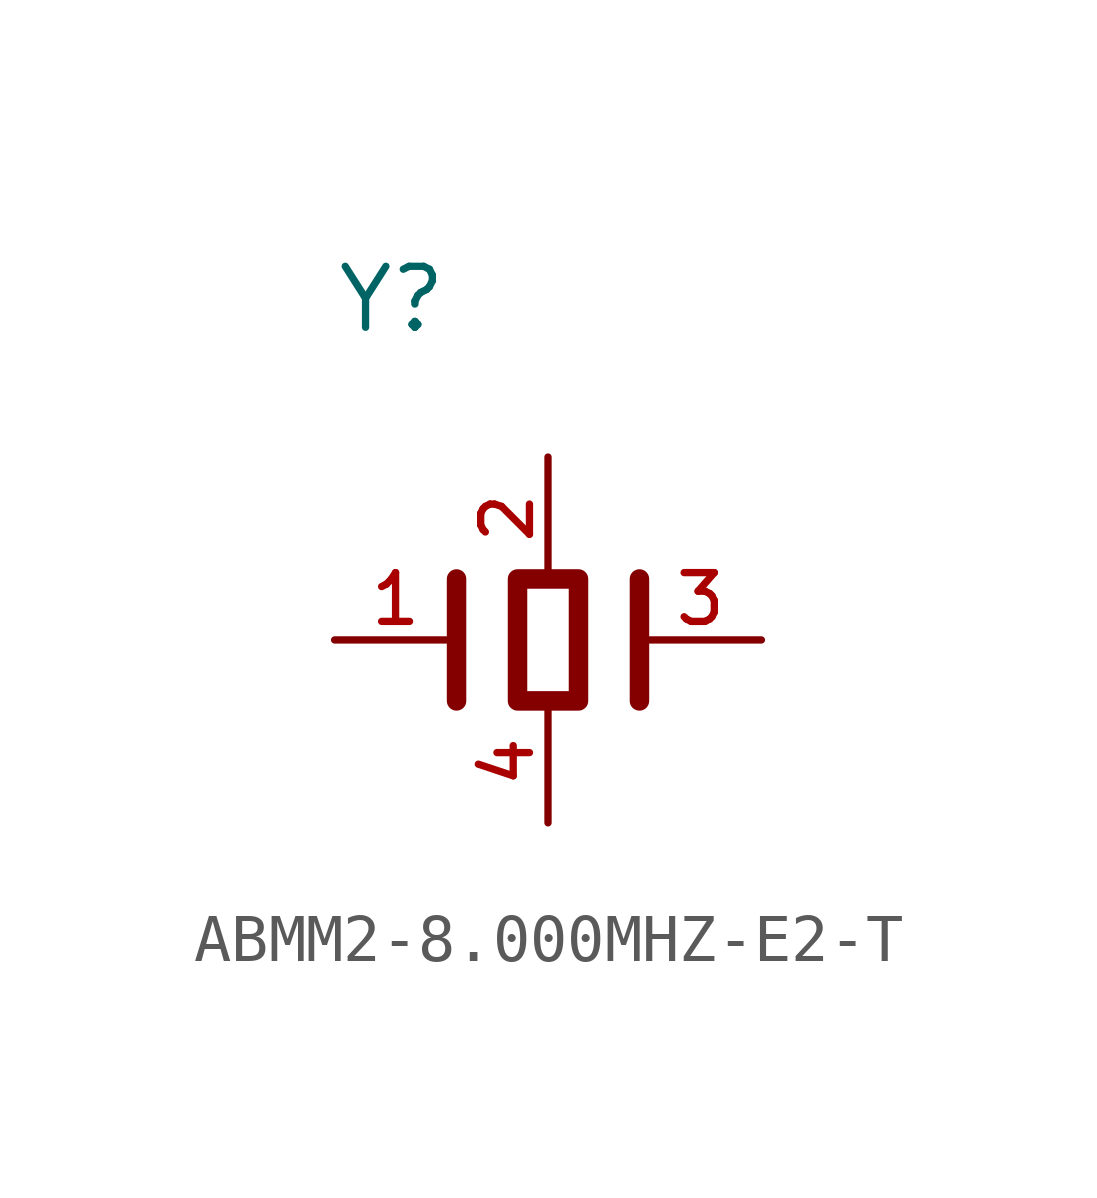
<source format=kicad_sym>
(kicad_symbol_lib
  (version 20211014)
  (generator kicad_symbol_editor)
  (symbol "ABMM2-8.000MHZ-E2-T"
    (pin_names
      (offset 1.016))
    (property "Reference" "Y"
      (at -5.08 6.35 0)
      (effects (font (size 1.27 1.27)) (justify left bottom)))
    (property "ki_locked" ""
      (at 0 0 0)
      (effects (font (size 1.27 1.27))))
    (symbol "ABMM2-8.000MHZ-E2-T_0_0"
      (polyline (pts (xy -2.54 1.27) (xy -2.54 -1.27)) (stroke (width 0.406) (type default) (color 0 0 0 0)) (fill (type none)))
      (polyline (pts (xy 1.27 1.27) (xy 1.27 -1.27)) (stroke (width 0.406) (type default) (color 0 0 0 0)) (fill (type none)))
      (pin passive line (at -5.08 0 0) (length 2.54) (name "~" (effects (font (size 1.016 1.016)))) (number "1" (effects (font (size 1.016 1.016)))))
      (pin power_in line (at -0.635 3.81 270) (length 2.54) (name "" (effects (font (size 1.016 1.016)))) (number "2" (effects (font (size 1.016 1.016)))))
      (pin passive line (at 3.81 0 180) (length 2.54) (name "~" (effects (font (size 1.016 1.016)))) (number "3" (effects (font (size 1.016 1.016)))))
      (pin power_in line (at -0.635 -3.81 90) (length 2.54) (name "" (effects (font (size 1.016 1.016)))) (number "4" (effects (font (size 1.016 1.016))))))
    (symbol "ABMM2-8.000MHZ-E2-T_1_1"
      (rectangle (start -1.27 1.27) (end 0 -1.27) (stroke (width 0.406) (type default) (color 0 0 0 0)) (fill (type none))))))
</source>
